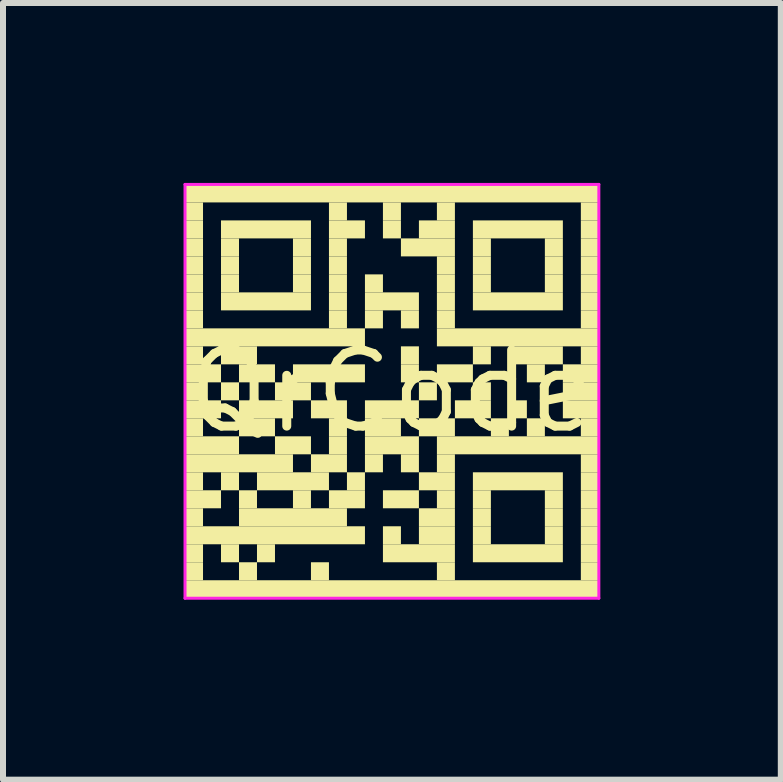
<source format=kicad_pcb>
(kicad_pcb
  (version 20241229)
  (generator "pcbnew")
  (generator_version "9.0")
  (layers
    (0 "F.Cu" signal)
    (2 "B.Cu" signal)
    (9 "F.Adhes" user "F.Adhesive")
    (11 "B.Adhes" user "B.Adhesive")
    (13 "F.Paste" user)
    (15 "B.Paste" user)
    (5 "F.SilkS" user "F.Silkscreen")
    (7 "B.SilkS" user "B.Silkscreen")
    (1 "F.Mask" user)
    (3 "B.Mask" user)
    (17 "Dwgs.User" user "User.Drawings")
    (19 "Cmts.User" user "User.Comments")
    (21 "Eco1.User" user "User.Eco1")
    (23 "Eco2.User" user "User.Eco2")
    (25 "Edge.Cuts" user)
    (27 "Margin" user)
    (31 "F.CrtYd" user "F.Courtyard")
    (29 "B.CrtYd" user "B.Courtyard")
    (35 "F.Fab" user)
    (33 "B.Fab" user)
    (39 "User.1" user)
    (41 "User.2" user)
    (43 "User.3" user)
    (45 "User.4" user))
  (footprint "QrCode"
    (layer "F.Cu")
    (at 3.485 3.475)
    (property "Reference" "QrCode" (at 0 0 0) (layer "F.SilkS") (effects (font (size 1.27 1.27) (thickness 0.15))))
    (attr through_hole)
    (fp_poly (pts (xy -3.45 -3.15) (xy -3.45 -3.45) (xy 3.45 -3.45) (xy 3.45 -3.15)) (stroke (width 0) (type solid)) (fill yes) (layer "F.SilkS"))
    (fp_poly (pts (xy -3.45 -2.85) (xy -3.45 -3.15) (xy -3.15 -3.15) (xy -3.15 -2.85)) (stroke (width 0) (type solid)) (fill yes) (layer "F.SilkS"))
    (fp_poly (pts (xy -3.45 -2.55) (xy -3.45 -2.85) (xy -3.15 -2.85) (xy -3.15 -2.55)) (stroke (width 0) (type solid)) (fill yes) (layer "F.SilkS"))
    (fp_poly (pts (xy -3.45 -2.25) (xy -3.45 -2.55) (xy -3.15 -2.55) (xy -3.15 -2.25)) (stroke (width 0) (type solid)) (fill yes) (layer "F.SilkS"))
    (fp_poly (pts (xy -3.45 -1.95) (xy -3.45 -2.25) (xy -3.15 -2.25) (xy -3.15 -1.95)) (stroke (width 0) (type solid)) (fill yes) (layer "F.SilkS"))
    (fp_poly (pts (xy -3.45 -1.65) (xy -3.45 -1.95) (xy -3.15 -1.95) (xy -3.15 -1.65)) (stroke (width 0) (type solid)) (fill yes) (layer "F.SilkS"))
    (fp_poly (pts (xy -3.45 -1.35) (xy -3.45 -1.65) (xy -3.15 -1.65) (xy -3.15 -1.35)) (stroke (width 0) (type solid)) (fill yes) (layer "F.SilkS"))
    (fp_poly (pts (xy -3.45 -1.05) (xy -3.45 -1.35) (xy -3.15 -1.35) (xy -3.15 -1.05)) (stroke (width 0) (type solid)) (fill yes) (layer "F.SilkS"))
    (fp_poly (pts (xy -3.45 -0.75) (xy -3.45 -1.05) (xy -0.45 -1.05) (xy -0.45 -0.75)) (stroke (width 0) (type solid)) (fill yes) (layer "F.SilkS"))
    (fp_poly (pts (xy -3.45 -0.45) (xy -3.45 -0.75) (xy -3.15 -0.75) (xy -3.15 -0.45)) (stroke (width 0) (type solid)) (fill yes) (layer "F.SilkS"))
    (fp_poly (pts (xy -3.45 -0.15) (xy -3.45 -0.45) (xy -2.85 -0.45) (xy -2.85 -0.15)) (stroke (width 0) (type solid)) (fill yes) (layer "F.SilkS"))
    (fp_poly (pts (xy -3.45 0.15) (xy -3.45 -0.15) (xy -3.15 -0.15) (xy -3.15 0.15)) (stroke (width 0) (type solid)) (fill yes) (layer "F.SilkS"))
    (fp_poly (pts (xy -3.45 0.45) (xy -3.45 0.15) (xy -2.85 0.15) (xy -2.85 0.45)) (stroke (width 0) (type solid)) (fill yes) (layer "F.SilkS"))
    (fp_poly (pts (xy -3.45 0.75) (xy -3.45 0.45) (xy -3.15 0.45) (xy -3.15 0.75)) (stroke (width 0) (type solid)) (fill yes) (layer "F.SilkS"))
    (fp_poly (pts (xy -3.45 1.05) (xy -3.45 0.75) (xy -2.55 0.75) (xy -2.55 1.05)) (stroke (width 0) (type solid)) (fill yes) (layer "F.SilkS"))
    (fp_poly (pts (xy -3.45 1.35) (xy -3.45 1.05) (xy -1.65 1.05) (xy -1.65 1.35)) (stroke (width 0) (type solid)) (fill yes) (layer "F.SilkS"))
    (fp_poly (pts (xy -3.45 1.65) (xy -3.45 1.35) (xy -3.15 1.35) (xy -3.15 1.65)) (stroke (width 0) (type solid)) (fill yes) (layer "F.SilkS"))
    (fp_poly (pts (xy -3.45 1.95) (xy -3.45 1.65) (xy -2.85 1.65) (xy -2.85 1.95)) (stroke (width 0) (type solid)) (fill yes) (layer "F.SilkS"))
    (fp_poly (pts (xy -3.45 2.25) (xy -3.45 1.95) (xy -3.15 1.95) (xy -3.15 2.25)) (stroke (width 0) (type solid)) (fill yes) (layer "F.SilkS"))
    (fp_poly (pts (xy -3.45 2.55) (xy -3.45 2.25) (xy -0.45 2.25) (xy -0.45 2.55)) (stroke (width 0) (type solid)) (fill yes) (layer "F.SilkS"))
    (fp_poly (pts (xy -3.45 2.85) (xy -3.45 2.55) (xy -3.15 2.55) (xy -3.15 2.85)) (stroke (width 0) (type solid)) (fill yes) (layer "F.SilkS"))
    (fp_poly (pts (xy -3.45 3.15) (xy -3.45 2.85) (xy -3.15 2.85) (xy -3.15 3.15)) (stroke (width 0) (type solid)) (fill yes) (layer "F.SilkS"))
    (fp_poly (pts (xy -3.45 3.45) (xy -3.45 3.15) (xy 3.45 3.15) (xy 3.45 3.45)) (stroke (width 0) (type solid)) (fill yes) (layer "F.SilkS"))
    (fp_poly (pts (xy -2.85 -2.55) (xy -2.85 -2.85) (xy -1.35 -2.85) (xy -1.35 -2.55)) (stroke (width 0) (type solid)) (fill yes) (layer "F.SilkS"))
    (fp_poly (pts (xy -2.85 -2.25) (xy -2.85 -2.55) (xy -2.55 -2.55) (xy -2.55 -2.25)) (stroke (width 0) (type solid)) (fill yes) (layer "F.SilkS"))
    (fp_poly (pts (xy -2.85 -1.95) (xy -2.85 -2.25) (xy -2.55 -2.25) (xy -2.55 -1.95)) (stroke (width 0) (type solid)) (fill yes) (layer "F.SilkS"))
    (fp_poly (pts (xy -2.85 -1.65) (xy -2.85 -1.95) (xy -2.55 -1.95) (xy -2.55 -1.65)) (stroke (width 0) (type solid)) (fill yes) (layer "F.SilkS"))
    (fp_poly (pts (xy -2.85 -1.35) (xy -2.85 -1.65) (xy -1.35 -1.65) (xy -1.35 -1.35)) (stroke (width 0) (type solid)) (fill yes) (layer "F.SilkS"))
    (fp_poly (pts (xy -2.85 -0.45) (xy -2.85 -0.75) (xy -2.25 -0.75) (xy -2.25 -0.45)) (stroke (width 0) (type solid)) (fill yes) (layer "F.SilkS"))
    (fp_poly (pts (xy -2.85 0.15) (xy -2.85 -0.15) (xy -2.55 -0.15) (xy -2.55 0.15)) (stroke (width 0) (type solid)) (fill yes) (layer "F.SilkS"))
    (fp_poly (pts (xy -2.85 1.65) (xy -2.85 1.35) (xy -2.55 1.35) (xy -2.55 1.65)) (stroke (width 0) (type solid)) (fill yes) (layer "F.SilkS"))
    (fp_poly (pts (xy -2.85 2.85) (xy -2.85 2.55) (xy -2.55 2.55) (xy -2.55 2.85)) (stroke (width 0) (type solid)) (fill yes) (layer "F.SilkS"))
    (fp_poly (pts (xy -2.55 -0.15) (xy -2.55 -0.45) (xy -1.95 -0.45) (xy -1.95 -0.15)) (stroke (width 0) (type solid)) (fill yes) (layer "F.SilkS"))
    (fp_poly (pts (xy -2.55 0.45) (xy -2.55 0.15) (xy -1.65 0.15) (xy -1.65 0.45)) (stroke (width 0) (type solid)) (fill yes) (layer "F.SilkS"))
    (fp_poly (pts (xy -2.55 0.75) (xy -2.55 0.45) (xy -1.95 0.45) (xy -1.95 0.75)) (stroke (width 0) (type solid)) (fill yes) (layer "F.SilkS"))
    (fp_poly (pts (xy -2.55 1.95) (xy -2.55 1.65) (xy -2.25 1.65) (xy -2.25 1.95)) (stroke (width 0) (type solid)) (fill yes) (layer "F.SilkS"))
    (fp_poly (pts (xy -2.55 2.25) (xy -2.55 1.95) (xy -0.75 1.95) (xy -0.75 2.25)) (stroke (width 0) (type solid)) (fill yes) (layer "F.SilkS"))
    (fp_poly (pts (xy -2.55 3.15) (xy -2.55 2.85) (xy -2.25 2.85) (xy -2.25 3.15)) (stroke (width 0) (type solid)) (fill yes) (layer "F.SilkS"))
    (fp_poly (pts (xy -2.25 1.65) (xy -2.25 1.35) (xy -1.05 1.35) (xy -1.05 1.65)) (stroke (width 0) (type solid)) (fill yes) (layer "F.SilkS"))
    (fp_poly (pts (xy -2.25 2.85) (xy -2.25 2.55) (xy -1.95 2.55) (xy -1.95 2.85)) (stroke (width 0) (type solid)) (fill yes) (layer "F.SilkS"))
    (fp_poly (pts (xy -1.95 0.15) (xy -1.95 -0.15) (xy -1.35 -0.15) (xy -1.35 0.15)) (stroke (width 0) (type solid)) (fill yes) (layer "F.SilkS"))
    (fp_poly (pts (xy -1.95 1.05) (xy -1.95 0.75) (xy -1.35 0.75) (xy -1.35 1.05)) (stroke (width 0) (type solid)) (fill yes) (layer "F.SilkS"))
    (fp_poly (pts (xy -1.65 -2.25) (xy -1.65 -2.55) (xy -1.35 -2.55) (xy -1.35 -2.25)) (stroke (width 0) (type solid)) (fill yes) (layer "F.SilkS"))
    (fp_poly (pts (xy -1.65 -1.95) (xy -1.65 -2.25) (xy -1.35 -2.25) (xy -1.35 -1.95)) (stroke (width 0) (type solid)) (fill yes) (layer "F.SilkS"))
    (fp_poly (pts (xy -1.65 -1.65) (xy -1.65 -1.95) (xy -1.35 -1.95) (xy -1.35 -1.65)) (stroke (width 0) (type solid)) (fill yes) (layer "F.SilkS"))
    (fp_poly (pts (xy -1.65 -0.15) (xy -1.65 -0.45) (xy -0.45 -0.45) (xy -0.45 -0.15)) (stroke (width 0) (type solid)) (fill yes) (layer "F.SilkS"))
    (fp_poly (pts (xy -1.65 1.95) (xy -1.65 1.65) (xy -1.35 1.65) (xy -1.35 1.95)) (stroke (width 0) (type solid)) (fill yes) (layer "F.SilkS"))
    (fp_poly (pts (xy -1.35 0.45) (xy -1.35 0.15) (xy -0.75 0.15) (xy -0.75 0.45)) (stroke (width 0) (type solid)) (fill yes) (layer "F.SilkS"))
    (fp_poly (pts (xy -1.35 1.35) (xy -1.35 1.05) (xy -0.75 1.05) (xy -0.75 1.35)) (stroke (width 0) (type solid)) (fill yes) (layer "F.SilkS"))
    (fp_poly (pts (xy -1.35 3.15) (xy -1.35 2.85) (xy -1.05 2.85) (xy -1.05 3.15)) (stroke (width 0) (type solid)) (fill yes) (layer "F.SilkS"))
    (fp_poly (pts (xy -1.05 -2.85) (xy -1.05 -3.15) (xy -0.75 -3.15) (xy -0.75 -2.85)) (stroke (width 0) (type solid)) (fill yes) (layer "F.SilkS"))
    (fp_poly (pts (xy -1.05 -2.55) (xy -1.05 -2.85) (xy -0.45 -2.85) (xy -0.45 -2.55)) (stroke (width 0) (type solid)) (fill yes) (layer "F.SilkS"))
    (fp_poly (pts (xy -1.05 -2.25) (xy -1.05 -2.55) (xy -0.75 -2.55) (xy -0.75 -2.25)) (stroke (width 0) (type solid)) (fill yes) (layer "F.SilkS"))
    (fp_poly (pts (xy -1.05 -1.95) (xy -1.05 -2.25) (xy -0.75 -2.25) (xy -0.75 -1.95)) (stroke (width 0) (type solid)) (fill yes) (layer "F.SilkS"))
    (fp_poly (pts (xy -1.05 -1.65) (xy -1.05 -1.95) (xy -0.75 -1.95) (xy -0.75 -1.65)) (stroke (width 0) (type solid)) (fill yes) (layer "F.SilkS"))
    (fp_poly (pts (xy -1.05 -1.35) (xy -1.05 -1.65) (xy -0.75 -1.65) (xy -0.75 -1.35)) (stroke (width 0) (type solid)) (fill yes) (layer "F.SilkS"))
    (fp_poly (pts (xy -1.05 -1.05) (xy -1.05 -1.35) (xy -0.75 -1.35) (xy -0.75 -1.05)) (stroke (width 0) (type solid)) (fill yes) (layer "F.SilkS"))
    (fp_poly (pts (xy -1.05 0.75) (xy -1.05 0.45) (xy -0.75 0.45) (xy -0.75 0.75)) (stroke (width 0) (type solid)) (fill yes) (layer "F.SilkS"))
    (fp_poly (pts (xy -1.05 1.05) (xy -1.05 0.75) (xy -0.75 0.75) (xy -0.75 1.05)) (stroke (width 0) (type solid)) (fill yes) (layer "F.SilkS"))
    (fp_poly (pts (xy -1.05 1.95) (xy -1.05 1.65) (xy -0.45 1.65) (xy -0.45 1.95)) (stroke (width 0) (type solid)) (fill yes) (layer "F.SilkS"))
    (fp_poly (pts (xy -0.75 1.65) (xy -0.75 1.35) (xy -0.45 1.35) (xy -0.45 1.65)) (stroke (width 0) (type solid)) (fill yes) (layer "F.SilkS"))
    (fp_poly (pts (xy -0.45 -1.65) (xy -0.45 -1.95) (xy -0.15 -1.95) (xy -0.15 -1.65)) (stroke (width 0) (type solid)) (fill yes) (layer "F.SilkS"))
    (fp_poly (pts (xy -0.45 -1.35) (xy -0.45 -1.65) (xy 0.45 -1.65) (xy 0.45 -1.35)) (stroke (width 0) (type solid)) (fill yes) (layer "F.SilkS"))
    (fp_poly (pts (xy -0.45 -1.05) (xy -0.45 -1.35) (xy -0.15 -1.35) (xy -0.15 -1.05)) (stroke (width 0) (type solid)) (fill yes) (layer "F.SilkS"))
    (fp_poly (pts (xy -0.45 0.45) (xy -0.45 0.15) (xy 0.45 0.15) (xy 0.45 0.45)) (stroke (width 0) (type solid)) (fill yes) (layer "F.SilkS"))
    (fp_poly (pts (xy -0.45 0.75) (xy -0.45 0.45) (xy 0.15 0.45) (xy 0.15 0.75)) (stroke (width 0) (type solid)) (fill yes) (layer "F.SilkS"))
    (fp_poly (pts (xy -0.45 1.05) (xy -0.45 0.75) (xy 0.45 0.75) (xy 0.45 1.05)) (stroke (width 0) (type solid)) (fill yes) (layer "F.SilkS"))
    (fp_poly (pts (xy -0.45 1.35) (xy -0.45 1.05) (xy -0.15 1.05) (xy -0.15 1.35)) (stroke (width 0) (type solid)) (fill yes) (layer "F.SilkS"))
    (fp_poly (pts (xy -0.15 -2.85) (xy -0.15 -3.15) (xy 0.15 -3.15) (xy 0.15 -2.85)) (stroke (width 0) (type solid)) (fill yes) (layer "F.SilkS"))
    (fp_poly (pts (xy -0.15 -2.55) (xy -0.15 -2.85) (xy 0.15 -2.85) (xy 0.15 -2.55)) (stroke (width 0) (type solid)) (fill yes) (layer "F.SilkS"))
    (fp_poly (pts (xy -0.15 1.95) (xy -0.15 1.65) (xy 0.45 1.65) (xy 0.45 1.95)) (stroke (width 0) (type solid)) (fill yes) (layer "F.SilkS"))
    (fp_poly (pts (xy -0.15 2.55) (xy -0.15 2.25) (xy 0.15 2.25) (xy 0.15 2.55)) (stroke (width 0) (type solid)) (fill yes) (layer "F.SilkS"))
    (fp_poly (pts (xy -0.15 2.85) (xy -0.15 2.55) (xy 1.05 2.55) (xy 1.05 2.85)) (stroke (width 0) (type solid)) (fill yes) (layer "F.SilkS"))
    (fp_poly (pts (xy 0.15 -2.25) (xy 0.15 -2.55) (xy 1.05 -2.55) (xy 1.05 -2.25)) (stroke (width 0) (type solid)) (fill yes) (layer "F.SilkS"))
    (fp_poly (pts (xy 0.15 -1.05) (xy 0.15 -1.35) (xy 0.45 -1.35) (xy 0.45 -1.05)) (stroke (width 0) (type solid)) (fill yes) (layer "F.SilkS"))
    (fp_poly (pts (xy 0.15 -0.45) (xy 0.15 -0.75) (xy 0.45 -0.75) (xy 0.45 -0.45)) (stroke (width 0) (type solid)) (fill yes) (layer "F.SilkS"))
    (fp_poly (pts (xy 0.15 -0.15) (xy 0.15 -0.45) (xy 0.45 -0.45) (xy 0.45 -0.15)) (stroke (width 0) (type solid)) (fill yes) (layer "F.SilkS"))
    (fp_poly (pts (xy 0.15 1.35) (xy 0.15 1.05) (xy 0.45 1.05) (xy 0.45 1.35)) (stroke (width 0) (type solid)) (fill yes) (layer "F.SilkS"))
    (fp_poly (pts (xy 0.45 -2.55) (xy 0.45 -2.85) (xy 1.05 -2.85) (xy 1.05 -2.55)) (stroke (width 0) (type solid)) (fill yes) (layer "F.SilkS"))
    (fp_poly (pts (xy 0.45 0.15) (xy 0.45 -0.15) (xy 0.75 -0.15) (xy 0.75 0.15)) (stroke (width 0) (type solid)) (fill yes) (layer "F.SilkS"))
    (fp_poly (pts (xy 0.45 0.75) (xy 0.45 0.45) (xy 1.05 0.45) (xy 1.05 0.75)) (stroke (width 0) (type solid)) (fill yes) (layer "F.SilkS"))
    (fp_poly (pts (xy 0.45 1.65) (xy 0.45 1.35) (xy 1.05 1.35) (xy 1.05 1.65)) (stroke (width 0) (type solid)) (fill yes) (layer "F.SilkS"))
    (fp_poly (pts (xy 0.45 2.25) (xy 0.45 1.95) (xy 1.05 1.95) (xy 1.05 2.25)) (stroke (width 0) (type solid)) (fill yes) (layer "F.SilkS"))
    (fp_poly (pts (xy 0.45 2.55) (xy 0.45 2.25) (xy 1.05 2.25) (xy 1.05 2.55)) (stroke (width 0) (type solid)) (fill yes) (layer "F.SilkS"))
    (fp_poly (pts (xy 0.75 -2.85) (xy 0.75 -3.15) (xy 1.05 -3.15) (xy 1.05 -2.85)) (stroke (width 0) (type solid)) (fill yes) (layer "F.SilkS"))
    (fp_poly (pts (xy 0.75 -1.95) (xy 0.75 -2.25) (xy 1.05 -2.25) (xy 1.05 -1.95)) (stroke (width 0) (type solid)) (fill yes) (layer "F.SilkS"))
    (fp_poly (pts (xy 0.75 -1.65) (xy 0.75 -1.95) (xy 1.05 -1.95) (xy 1.05 -1.65)) (stroke (width 0) (type solid)) (fill yes) (layer "F.SilkS"))
    (fp_poly (pts (xy 0.75 -1.35) (xy 0.75 -1.65) (xy 1.05 -1.65) (xy 1.05 -1.35)) (stroke (width 0) (type solid)) (fill yes) (layer "F.SilkS"))
    (fp_poly (pts (xy 0.75 -1.05) (xy 0.75 -1.35) (xy 1.05 -1.35) (xy 1.05 -1.05)) (stroke (width 0) (type solid)) (fill yes) (layer "F.SilkS"))
    (fp_poly (pts (xy 0.75 -0.75) (xy 0.75 -1.05) (xy 3.45 -1.05) (xy 3.45 -0.75)) (stroke (width 0) (type solid)) (fill yes) (layer "F.SilkS"))
    (fp_poly (pts (xy 0.75 -0.15) (xy 0.75 -0.45) (xy 1.35 -0.45) (xy 1.35 -0.15)) (stroke (width 0) (type solid)) (fill yes) (layer "F.SilkS"))
    (fp_poly (pts (xy 0.75 1.05) (xy 0.75 0.75) (xy 3.45 0.75) (xy 3.45 1.05)) (stroke (width 0) (type solid)) (fill yes) (layer "F.SilkS"))
    (fp_poly (pts (xy 0.75 1.35) (xy 0.75 1.05) (xy 1.05 1.05) (xy 1.05 1.35)) (stroke (width 0) (type solid)) (fill yes) (layer "F.SilkS"))
    (fp_poly (pts (xy 0.75 1.95) (xy 0.75 1.65) (xy 1.05 1.65) (xy 1.05 1.95)) (stroke (width 0) (type solid)) (fill yes) (layer "F.SilkS"))
    (fp_poly (pts (xy 0.75 3.15) (xy 0.75 2.85) (xy 1.05 2.85) (xy 1.05 3.15)) (stroke (width 0) (type solid)) (fill yes) (layer "F.SilkS"))
    (fp_poly (pts (xy 1.05 0.45) (xy 1.05 0.15) (xy 1.65 0.15) (xy 1.65 0.45)) (stroke (width 0) (type solid)) (fill yes) (layer "F.SilkS"))
    (fp_poly (pts (xy 1.35 -2.55) (xy 1.35 -2.85) (xy 2.85 -2.85) (xy 2.85 -2.55)) (stroke (width 0) (type solid)) (fill yes) (layer "F.SilkS"))
    (fp_poly (pts (xy 1.35 -2.25) (xy 1.35 -2.55) (xy 1.65 -2.55) (xy 1.65 -2.25)) (stroke (width 0) (type solid)) (fill yes) (layer "F.SilkS"))
    (fp_poly (pts (xy 1.35 -1.95) (xy 1.35 -2.25) (xy 1.65 -2.25) (xy 1.65 -1.95)) (stroke (width 0) (type solid)) (fill yes) (layer "F.SilkS"))
    (fp_poly (pts (xy 1.35 -1.65) (xy 1.35 -1.95) (xy 1.65 -1.95) (xy 1.65 -1.65)) (stroke (width 0) (type solid)) (fill yes) (layer "F.SilkS"))
    (fp_poly (pts (xy 1.35 -1.35) (xy 1.35 -1.65) (xy 2.85 -1.65) (xy 2.85 -1.35)) (stroke (width 0) (type solid)) (fill yes) (layer "F.SilkS"))
    (fp_poly (pts (xy 1.35 -0.45) (xy 1.35 -0.75) (xy 1.65 -0.75) (xy 1.65 -0.45)) (stroke (width 0) (type solid)) (fill yes) (layer "F.SilkS"))
    (fp_poly (pts (xy 1.35 0.15) (xy 1.35 -0.15) (xy 1.65 -0.15) (xy 1.65 0.15)) (stroke (width 0) (type solid)) (fill yes) (layer "F.SilkS"))
    (fp_poly (pts (xy 1.35 1.65) (xy 1.35 1.35) (xy 2.85 1.35) (xy 2.85 1.65)) (stroke (width 0) (type solid)) (fill yes) (layer "F.SilkS"))
    (fp_poly (pts (xy 1.35 1.95) (xy 1.35 1.65) (xy 1.65 1.65) (xy 1.65 1.95)) (stroke (width 0) (type solid)) (fill yes) (layer "F.SilkS"))
    (fp_poly (pts (xy 1.35 2.25) (xy 1.35 1.95) (xy 1.65 1.95) (xy 1.65 2.25)) (stroke (width 0) (type solid)) (fill yes) (layer "F.SilkS"))
    (fp_poly (pts (xy 1.35 2.55) (xy 1.35 2.25) (xy 1.65 2.25) (xy 1.65 2.55)) (stroke (width 0) (type solid)) (fill yes) (layer "F.SilkS"))
    (fp_poly (pts (xy 1.35 2.85) (xy 1.35 2.55) (xy 2.85 2.55) (xy 2.85 2.85)) (stroke (width 0) (type solid)) (fill yes) (layer "F.SilkS"))
    (fp_poly (pts (xy 1.65 0.75) (xy 1.65 0.45) (xy 1.95 0.45) (xy 1.95 0.75)) (stroke (width 0) (type solid)) (fill yes) (layer "F.SilkS"))
    (fp_poly (pts (xy 1.95 -0.45) (xy 1.95 -0.75) (xy 2.85 -0.75) (xy 2.85 -0.45)) (stroke (width 0) (type solid)) (fill yes) (layer "F.SilkS"))
    (fp_poly (pts (xy 1.95 0.45) (xy 1.95 0.15) (xy 2.25 0.15) (xy 2.25 0.45)) (stroke (width 0) (type solid)) (fill yes) (layer "F.SilkS"))
    (fp_poly (pts (xy 2.25 -0.15) (xy 2.25 -0.45) (xy 2.55 -0.45) (xy 2.55 -0.15)) (stroke (width 0) (type solid)) (fill yes) (layer "F.SilkS"))
    (fp_poly (pts (xy 2.25 0.75) (xy 2.25 0.45) (xy 2.55 0.45) (xy 2.55 0.75)) (stroke (width 0) (type solid)) (fill yes) (layer "F.SilkS"))
    (fp_poly (pts (xy 2.55 -2.25) (xy 2.55 -2.55) (xy 2.85 -2.55) (xy 2.85 -2.25)) (stroke (width 0) (type solid)) (fill yes) (layer "F.SilkS"))
    (fp_poly (pts (xy 2.55 -1.95) (xy 2.55 -2.25) (xy 2.85 -2.25) (xy 2.85 -1.95)) (stroke (width 0) (type solid)) (fill yes) (layer "F.SilkS"))
    (fp_poly (pts (xy 2.55 -1.65) (xy 2.55 -1.95) (xy 2.85 -1.95) (xy 2.85 -1.65)) (stroke (width 0) (type solid)) (fill yes) (layer "F.SilkS"))
    (fp_poly (pts (xy 2.55 1.95) (xy 2.55 1.65) (xy 2.85 1.65) (xy 2.85 1.95)) (stroke (width 0) (type solid)) (fill yes) (layer "F.SilkS"))
    (fp_poly (pts (xy 2.55 2.25) (xy 2.55 1.95) (xy 2.85 1.95) (xy 2.85 2.25)) (stroke (width 0) (type solid)) (fill yes) (layer "F.SilkS"))
    (fp_poly (pts (xy 2.55 2.55) (xy 2.55 2.25) (xy 2.85 2.25) (xy 2.85 2.55)) (stroke (width 0) (type solid)) (fill yes) (layer "F.SilkS"))
    (fp_poly (pts (xy 2.85 -0.15) (xy 2.85 -0.45) (xy 3.45 -0.45) (xy 3.45 -0.15)) (stroke (width 0) (type solid)) (fill yes) (layer "F.SilkS"))
    (fp_poly (pts (xy 2.85 0.15) (xy 2.85 -0.15) (xy 3.45 -0.15) (xy 3.45 0.15)) (stroke (width 0) (type solid)) (fill yes) (layer "F.SilkS"))
    (fp_poly (pts (xy 2.85 0.45) (xy 2.85 0.15) (xy 3.45 0.15) (xy 3.45 0.45)) (stroke (width 0) (type solid)) (fill yes) (layer "F.SilkS"))
    (fp_poly (pts (xy 3.15 -2.85) (xy 3.15 -3.15) (xy 3.45 -3.15) (xy 3.45 -2.85)) (stroke (width 0) (type solid)) (fill yes) (layer "F.SilkS"))
    (fp_poly (pts (xy 3.15 -2.55) (xy 3.15 -2.85) (xy 3.45 -2.85) (xy 3.45 -2.55)) (stroke (width 0) (type solid)) (fill yes) (layer "F.SilkS"))
    (fp_poly (pts (xy 3.15 -2.25) (xy 3.15 -2.55) (xy 3.45 -2.55) (xy 3.45 -2.25)) (stroke (width 0) (type solid)) (fill yes) (layer "F.SilkS"))
    (fp_poly (pts (xy 3.15 -1.95) (xy 3.15 -2.25) (xy 3.45 -2.25) (xy 3.45 -1.95)) (stroke (width 0) (type solid)) (fill yes) (layer "F.SilkS"))
    (fp_poly (pts (xy 3.15 -1.65) (xy 3.15 -1.95) (xy 3.45 -1.95) (xy 3.45 -1.65)) (stroke (width 0) (type solid)) (fill yes) (layer "F.SilkS"))
    (fp_poly (pts (xy 3.15 -1.35) (xy 3.15 -1.65) (xy 3.45 -1.65) (xy 3.45 -1.35)) (stroke (width 0) (type solid)) (fill yes) (layer "F.SilkS"))
    (fp_poly (pts (xy 3.15 -1.05) (xy 3.15 -1.35) (xy 3.45 -1.35) (xy 3.45 -1.05)) (stroke (width 0) (type solid)) (fill yes) (layer "F.SilkS"))
    (fp_poly (pts (xy 3.15 -0.45) (xy 3.15 -0.75) (xy 3.45 -0.75) (xy 3.45 -0.45)) (stroke (width 0) (type solid)) (fill yes) (layer "F.SilkS"))
    (fp_poly (pts (xy 3.15 0.75) (xy 3.15 0.45) (xy 3.45 0.45) (xy 3.45 0.75)) (stroke (width 0) (type solid)) (fill yes) (layer "F.SilkS"))
    (fp_poly (pts (xy 3.15 1.35) (xy 3.15 1.05) (xy 3.45 1.05) (xy 3.45 1.35)) (stroke (width 0) (type solid)) (fill yes) (layer "F.SilkS"))
    (fp_poly (pts (xy 3.15 1.65) (xy 3.15 1.35) (xy 3.45 1.35) (xy 3.45 1.65)) (stroke (width 0) (type solid)) (fill yes) (layer "F.SilkS"))
    (fp_poly (pts (xy 3.15 1.95) (xy 3.15 1.65) (xy 3.45 1.65) (xy 3.45 1.95)) (stroke (width 0) (type solid)) (fill yes) (layer "F.SilkS"))
    (fp_poly (pts (xy 3.15 2.25) (xy 3.15 1.95) (xy 3.45 1.95) (xy 3.45 2.25)) (stroke (width 0) (type solid)) (fill yes) (layer "F.SilkS"))
    (fp_poly (pts (xy 3.15 2.55) (xy 3.15 2.25) (xy 3.45 2.25) (xy 3.45 2.55)) (stroke (width 0) (type solid)) (fill yes) (layer "F.SilkS"))
    (fp_poly (pts (xy 3.15 2.85) (xy 3.15 2.55) (xy 3.45 2.55) (xy 3.45 2.85)) (stroke (width 0) (type solid)) (fill yes) (layer "F.SilkS"))
    (fp_poly (pts (xy 3.15 3.15) (xy 3.15 2.85) (xy 3.45 2.85) (xy 3.45 3.15)) (stroke (width 0) (type solid)) (fill yes) (layer "F.SilkS"))
    (fp_line (start -3.45 -3.45) (end -3.45 3.45) (stroke (width 0.05) (type solid)) (layer "F.CrtYd"))
    (fp_line (start -3.45 -3.45) (end 3.45 -3.45) (stroke (width 0.05) (type solid)) (layer "F.CrtYd"))
    (fp_line (start 3.45 3.45) (end -3.45 3.45) (stroke (width 0.05) (type solid)) (layer "F.CrtYd"))
    (fp_line (start 3.45 3.45) (end 3.45 -3.45) (stroke (width 0.05) (type solid)) (layer "F.CrtYd")))
  (gr_rect
    (start -3 -3)
    (end 9.969 9.95)
    (stroke (width 0.1) (type default))
    (fill no)
    (layer "Edge.Cuts")))
</source>
